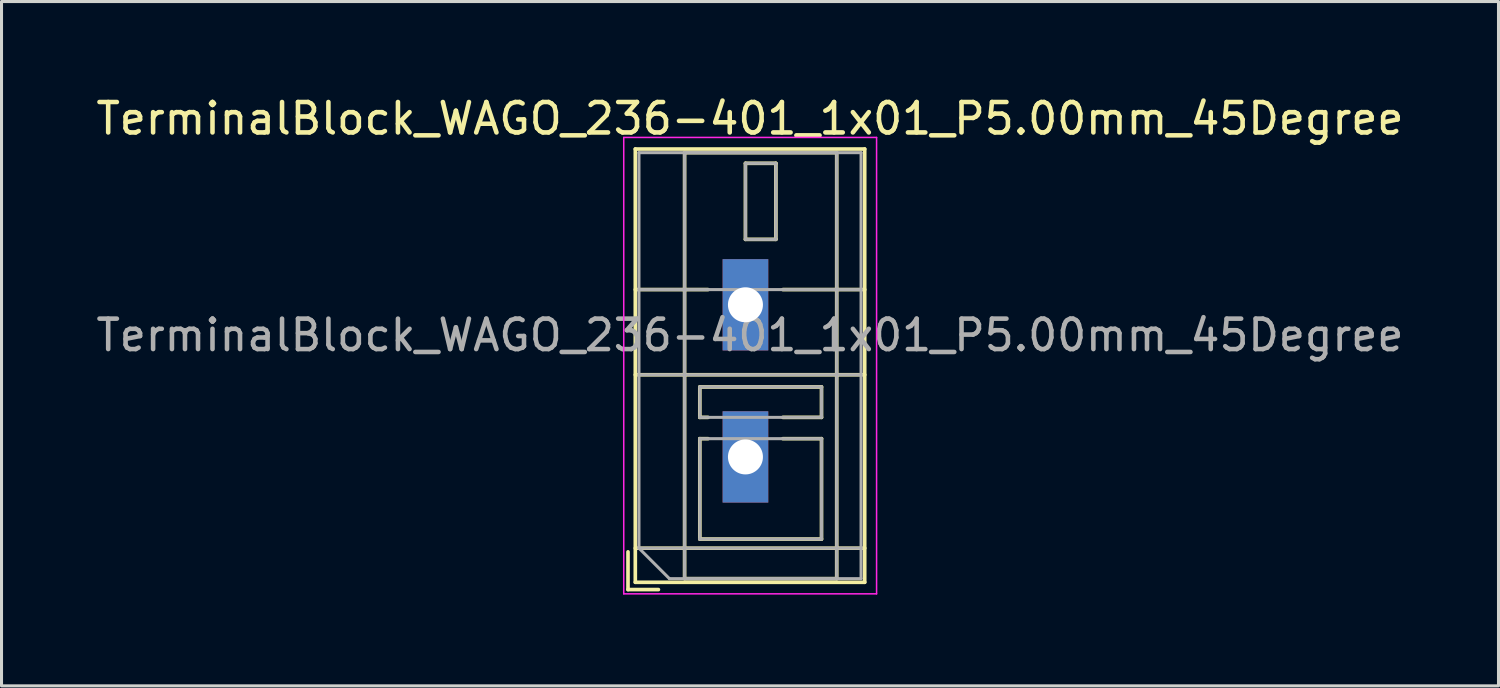
<source format=kicad_pcb>
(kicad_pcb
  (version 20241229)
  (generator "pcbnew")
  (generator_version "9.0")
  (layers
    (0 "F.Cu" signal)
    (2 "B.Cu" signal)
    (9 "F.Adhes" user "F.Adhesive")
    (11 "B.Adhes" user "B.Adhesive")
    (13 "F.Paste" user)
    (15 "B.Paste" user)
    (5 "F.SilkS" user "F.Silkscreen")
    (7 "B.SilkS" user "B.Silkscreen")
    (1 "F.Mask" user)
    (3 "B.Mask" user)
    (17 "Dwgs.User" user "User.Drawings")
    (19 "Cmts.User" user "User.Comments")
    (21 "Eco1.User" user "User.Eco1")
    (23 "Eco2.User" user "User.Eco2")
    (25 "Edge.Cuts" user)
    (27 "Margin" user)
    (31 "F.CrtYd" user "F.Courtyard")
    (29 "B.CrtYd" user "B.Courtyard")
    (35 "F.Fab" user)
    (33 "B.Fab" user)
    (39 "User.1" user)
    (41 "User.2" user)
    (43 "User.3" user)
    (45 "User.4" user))
  (footprint "TerminalBlock_WAGO_236-401_1x01_P5.00mm_45Degree"
    (layer "F.Cu")
    (at 21.451 6.968)
    (property "Reference" "TerminalBlock_WAGO_236-401_1x01_P5.00mm_45Degree" (at 0.15 -6.12 0) (layer "F.SilkS") (effects (font (size 1 1) (thickness 0.15))))
    (attr through_hole)
    (fp_line (start -3.86 8.12) (end -3.86 9.36) (stroke (width 0.12) (type solid)) (layer "F.SilkS"))
    (fp_line (start -3.86 9.36) (end -2.86 9.36) (stroke (width 0.12) (type solid)) (layer "F.SilkS"))
    (fp_line (start -3.62 -5.12) (end -3.62 9.12) (stroke (width 0.12) (type solid)) (layer "F.SilkS"))
    (fp_line (start -3.62 -5.12) (end 3.92 -5.12) (stroke (width 0.12) (type solid)) (layer "F.SilkS"))
    (fp_line (start -3.62 -0.5) (end -1.23 -0.5) (stroke (width 0.12) (type solid)) (layer "F.SilkS"))
    (fp_line (start -3.62 2.3) (end 3.92 2.3) (stroke (width 0.12) (type solid)) (layer "F.SilkS"))
    (fp_line (start -3.62 8) (end 3.92 8) (stroke (width 0.12) (type solid)) (layer "F.SilkS"))
    (fp_line (start -3.62 9.12) (end 3.92 9.12) (stroke (width 0.12) (type solid)) (layer "F.SilkS"))
    (fp_line (start -2 -5) (end -2 9) (stroke (width 0.12) (type solid)) (layer "F.SilkS"))
    (fp_line (start -2 -5) (end 3 -5) (stroke (width 0.12) (type solid)) (layer "F.SilkS"))
    (fp_line (start -2 9) (end 3 9) (stroke (width 0.12) (type solid)) (layer "F.SilkS"))
    (fp_line (start -1.5 2.7) (end -1.5 3.7) (stroke (width 0.12) (type solid)) (layer "F.SilkS"))
    (fp_line (start -1.5 2.7) (end 2.5 2.7) (stroke (width 0.12) (type solid)) (layer "F.SilkS"))
    (fp_line (start -1.5 3.7) (end -1.23 3.7) (stroke (width 0.12) (type solid)) (layer "F.SilkS"))
    (fp_line (start -1.5 4.4) (end -1.5 7.7) (stroke (width 0.12) (type solid)) (layer "F.SilkS"))
    (fp_line (start -1.5 4.4) (end -1.23 4.4) (stroke (width 0.12) (type solid)) (layer "F.SilkS"))
    (fp_line (start -1.5 7.7) (end 2.5 7.7) (stroke (width 0.12) (type solid)) (layer "F.SilkS"))
    (fp_line (start 0 -4.65) (end 0 -2.151) (stroke (width 0.12) (type solid)) (layer "F.SilkS"))
    (fp_line (start 0 -4.65) (end 1 -4.65) (stroke (width 0.12) (type solid)) (layer "F.SilkS"))
    (fp_line (start 0 -2.151) (end 1 -2.151) (stroke (width 0.12) (type solid)) (layer "F.SilkS"))
    (fp_line (start 1 -4.65) (end 1 -2.151) (stroke (width 0.12) (type solid)) (layer "F.SilkS"))
    (fp_line (start 1.23 -0.5) (end 3.92 -0.5) (stroke (width 0.12) (type solid)) (layer "F.SilkS"))
    (fp_line (start 1.23 3.7) (end 2.5 3.7) (stroke (width 0.12) (type solid)) (layer "F.SilkS"))
    (fp_line (start 1.23 4.4) (end 2.5 4.4) (stroke (width 0.12) (type solid)) (layer "F.SilkS"))
    (fp_line (start 2.5 2.7) (end 2.5 3.7) (stroke (width 0.12) (type solid)) (layer "F.SilkS"))
    (fp_line (start 2.5 4.4) (end 2.5 7.7) (stroke (width 0.12) (type solid)) (layer "F.SilkS"))
    (fp_line (start 3 -5) (end 3 9) (stroke (width 0.12) (type solid)) (layer "F.SilkS"))
    (fp_line (start 3.92 -5.12) (end 3.92 9.12) (stroke (width 0.12) (type solid)) (layer "F.SilkS"))
    (fp_line (start -4 -5.5) (end -4 9.5) (stroke (width 0.05) (type solid)) (layer "F.CrtYd"))
    (fp_line (start -4 9.5) (end 4.31 9.5) (stroke (width 0.05) (type solid)) (layer "F.CrtYd"))
    (fp_line (start 4.31 -5.5) (end -4 -5.5) (stroke (width 0.05) (type solid)) (layer "F.CrtYd"))
    (fp_line (start 4.31 9.5) (end 4.31 -5.5) (stroke (width 0.05) (type solid)) (layer "F.CrtYd"))
    (fp_line (start -3.5 -5) (end 3.8 -5) (stroke (width 0.1) (type solid)) (layer "F.Fab"))
    (fp_line (start -3.5 -0.5) (end 3.8 -0.5) (stroke (width 0.1) (type solid)) (layer "F.Fab"))
    (fp_line (start -3.5 2.3) (end 3.8 2.3) (stroke (width 0.1) (type solid)) (layer "F.Fab"))
    (fp_line (start -3.5 8) (end -3.5 -5) (stroke (width 0.1) (type solid)) (layer "F.Fab"))
    (fp_line (start -3.5 8) (end 3.8 8) (stroke (width 0.1) (type solid)) (layer "F.Fab"))
    (fp_line (start -2.5 9) (end -3.5 8) (stroke (width 0.1) (type solid)) (layer "F.Fab"))
    (fp_line (start -2 -5) (end -2 9) (stroke (width 0.1) (type solid)) (layer "F.Fab"))
    (fp_line (start -2 9) (end 3 9) (stroke (width 0.1) (type solid)) (layer "F.Fab"))
    (fp_line (start -1.5 2.7) (end -1.5 3.7) (stroke (width 0.1) (type solid)) (layer "F.Fab"))
    (fp_line (start -1.5 3.7) (end 2.5 3.7) (stroke (width 0.1) (type solid)) (layer "F.Fab"))
    (fp_line (start -1.5 4.4) (end -1.5 7.7) (stroke (width 0.1) (type solid)) (layer "F.Fab"))
    (fp_line (start -1.5 7.7) (end 2.5 7.7) (stroke (width 0.1) (type solid)) (layer "F.Fab"))
    (fp_line (start 0 -4.65) (end 0 -2.15) (stroke (width 0.1) (type solid)) (layer "F.Fab"))
    (fp_line (start 0 -2.15) (end 1 -2.15) (stroke (width 0.1) (type solid)) (layer "F.Fab"))
    (fp_line (start 1 -4.65) (end 0 -4.65) (stroke (width 0.1) (type solid)) (layer "F.Fab"))
    (fp_line (start 1 -2.15) (end 1 -4.65) (stroke (width 0.1) (type solid)) (layer "F.Fab"))
    (fp_line (start 2.5 2.7) (end -1.5 2.7) (stroke (width 0.1) (type solid)) (layer "F.Fab"))
    (fp_line (start 2.5 3.7) (end 2.5 2.7) (stroke (width 0.1) (type solid)) (layer "F.Fab"))
    (fp_line (start 2.5 4.4) (end -1.5 4.4) (stroke (width 0.1) (type solid)) (layer "F.Fab"))
    (fp_line (start 2.5 7.7) (end 2.5 4.4) (stroke (width 0.1) (type solid)) (layer "F.Fab"))
    (fp_line (start 3 -5) (end -2 -5) (stroke (width 0.1) (type solid)) (layer "F.Fab"))
    (fp_line (start 3 9) (end 3 -5) (stroke (width 0.1) (type solid)) (layer "F.Fab"))
    (fp_line (start 3.8 -5) (end 3.8 9) (stroke (width 0.1) (type solid)) (layer "F.Fab"))
    (fp_line (start 3.8 9) (end -2.5 9) (stroke (width 0.1) (type solid)) (layer "F.Fab"))
    (fp_text user "${REFERENCE}" (at 0.15 1 0) (layer "F.Fab") (effects (font (size 1 1) (thickness 0.15))))
    (pad "1" thru_hole rect (at 0 0) (size 1.5 3) (drill 1.15) (layers "*.Cu" "*.Mask"))
    (pad "1" thru_hole rect (at 0 5) (size 1.5 3) (drill 1.15) (layers "*.Cu" "*.Mask")))
  (gr_rect
    (start -3 -3)
    (end 46.202 19.493)
    (stroke (width 0.1) (type default))
    (fill no)
    (layer "Edge.Cuts")))
</source>
